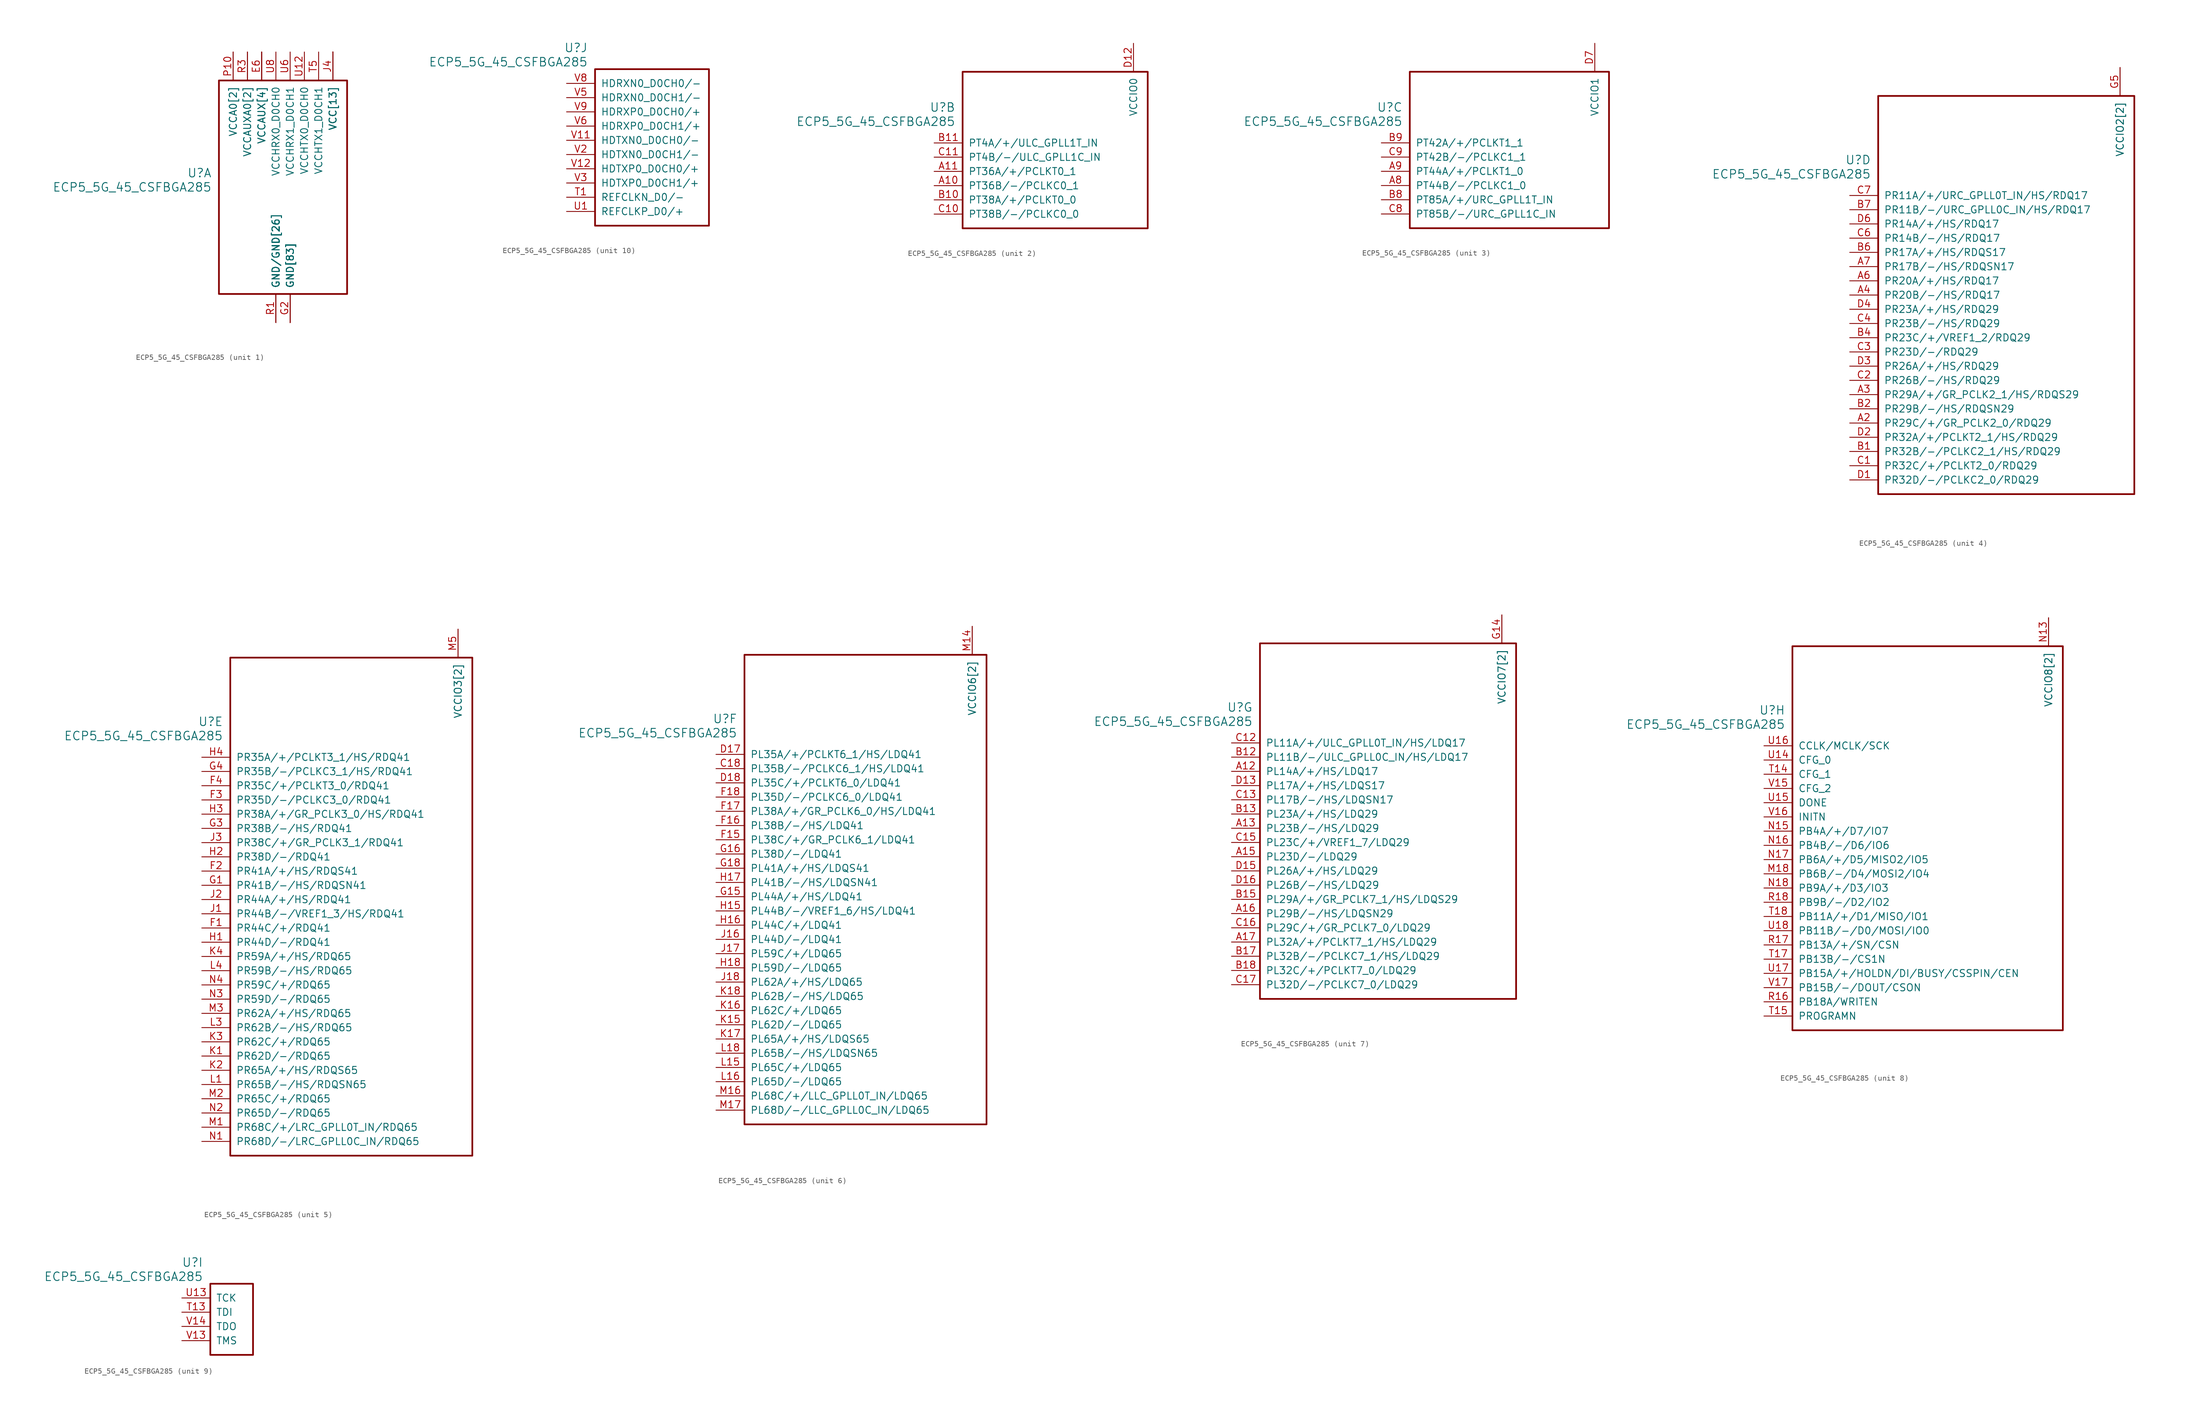
<source format=kicad_sym>
(kicad_symbol_lib
  (version 20241209)
  (generator "kicad_symbol_editor")
  (generator_version "9.0")
  (symbol "ECP5_5G_45_CSFBGA285"
    (pin_names
      (offset 1.016))
    (property "Reference" "U"
      (at 3.81 6.35 0)
      (effects (font (size 1.524 1.524)) (justify right)))
    (property "Value" "ECP5_5G_45_CSFBGA285"
      (at 3.81 3.81 0)
      (effects (font (size 1.524 1.524)) (justify right)))
    (property "ki_locked" ""
      (at 0 0 0)
      (effects (font (size 1.27 1.27))))
    (symbol "ECP5_5G_45_CSFBGA285_1_1"
      (rectangle (start 5.08 22.86) (end 27.94 -15.24) (stroke (width 0.305) (type solid)) (fill (type none)))
      (pin power_in line (at 7.62 27.94 270) (length 5.08) (name "VCCA0[2]" (effects (font (size 1.27 1.27)))) (number "P10" (effects (font (size 1.27 1.27)))))
      (pin power_in line (at 7.62 27.94 270) (length 5.08) (name "VCCA0[2]" (effects (font (size 1.27 1.27)))) (number "R10" (effects (font (size 0 0)))))
      (pin power_in line (at 10.16 27.94 270) (length 5.08) (name "VCCAUXA0[2]" (effects (font (size 1.27 1.27)))) (number "P5" (effects (font (size 0 0)))))
      (pin power_in line (at 10.16 27.94 270) (length 5.08) (name "VCCAUXA0[2]" (effects (font (size 1.27 1.27)))) (number "R3" (effects (font (size 1.27 1.27)))))
      (pin power_in line (at 12.7 27.94 270) (length 5.08) (name "VCCAUX[4]" (effects (font (size 1.27 1.27)))) (number "E13" (effects (font (size 0 0)))))
      (pin power_in line (at 12.7 27.94 270) (length 5.08) (name "VCCAUX[4]" (effects (font (size 1.27 1.27)))) (number "E6" (effects (font (size 1.27 1.27)))))
      (pin power_in line (at 12.7 27.94 270) (length 5.08) (name "VCCAUX[4]" (effects (font (size 1.27 1.27)))) (number "N6" (effects (font (size 0 0)))))
      (pin power_in line (at 12.7 27.94 270) (length 5.08) (name "VCCAUX[4]" (effects (font (size 1.27 1.27)))) (number "P13" (effects (font (size 0 0)))))
      (pin power_in line (at 15.24 27.94 270) (length 5.08) (name "VCCHRX0_D0CH0" (effects (font (size 1.27 1.27)))) (number "U8" (effects (font (size 1.27 1.27)))))
      (pin power_in line (at 15.24 -20.32 90) (length 5.08) (name "GND/GND[26]" (effects (font (size 1.27 1.27)))) (number "P12" (effects (font (size 0 0)))))
      (pin power_in line (at 15.24 -20.32 90) (length 5.08) (name "GND/GND[26]" (effects (font (size 1.27 1.27)))) (number "P6" (effects (font (size 0 0)))))
      (pin power_in line (at 15.24 -20.32 90) (length 5.08) (name "GND/GND[26]" (effects (font (size 1.27 1.27)))) (number "P8" (effects (font (size 0 0)))))
      (pin power_in line (at 15.24 -20.32 90) (length 5.08) (name "GND/GND[26]" (effects (font (size 1.27 1.27)))) (number "R1" (effects (font (size 1.27 1.27)))))
      (pin power_in line (at 15.24 -20.32 90) (length 5.08) (name "GND/GND[26]" (effects (font (size 1.27 1.27)))) (number "R2" (effects (font (size 0 0)))))
      (pin power_in line (at 15.24 -20.32 90) (length 5.08) (name "GND/GND[26]" (effects (font (size 1.27 1.27)))) (number "T10" (effects (font (size 0 0)))))
      (pin power_in line (at 15.24 -20.32 90) (length 5.08) (name "GND/GND[26]" (effects (font (size 1.27 1.27)))) (number "T11" (effects (font (size 0 0)))))
      (pin power_in line (at 15.24 -20.32 90) (length 5.08) (name "GND/GND[26]" (effects (font (size 1.27 1.27)))) (number "T12" (effects (font (size 0 0)))))
      (pin power_in line (at 15.24 -20.32 90) (length 5.08) (name "GND/GND[26]" (effects (font (size 1.27 1.27)))) (number "T2" (effects (font (size 0 0)))))
      (pin power_in line (at 15.24 -20.32 90) (length 5.08) (name "GND/GND[26]" (effects (font (size 1.27 1.27)))) (number "T3" (effects (font (size 0 0)))))
      (pin power_in line (at 15.24 -20.32 90) (length 5.08) (name "GND/GND[26]" (effects (font (size 1.27 1.27)))) (number "T4" (effects (font (size 0 0)))))
      (pin power_in line (at 15.24 -20.32 90) (length 5.08) (name "GND/GND[26]" (effects (font (size 1.27 1.27)))) (number "T6" (effects (font (size 0 0)))))
      (pin power_in line (at 15.24 -20.32 90) (length 5.08) (name "GND/GND[26]" (effects (font (size 1.27 1.27)))) (number "T7" (effects (font (size 0 0)))))
      (pin power_in line (at 15.24 -20.32 90) (length 5.08) (name "GND/GND[26]" (effects (font (size 1.27 1.27)))) (number "T8" (effects (font (size 0 0)))))
      (pin power_in line (at 15.24 -20.32 90) (length 5.08) (name "GND/GND[26]" (effects (font (size 1.27 1.27)))) (number "T9" (effects (font (size 0 0)))))
      (pin power_in line (at 15.24 -20.32 90) (length 5.08) (name "GND/GND[26]" (effects (font (size 1.27 1.27)))) (number "U10" (effects (font (size 0 0)))))
      (pin power_in line (at 15.24 -20.32 90) (length 5.08) (name "GND/GND[26]" (effects (font (size 1.27 1.27)))) (number "U11" (effects (font (size 0 0)))))
      (pin power_in line (at 15.24 -20.32 90) (length 5.08) (name "GND/GND[26]" (effects (font (size 1.27 1.27)))) (number "U2" (effects (font (size 0 0)))))
      (pin power_in line (at 15.24 -20.32 90) (length 5.08) (name "GND/GND[26]" (effects (font (size 1.27 1.27)))) (number "U3" (effects (font (size 0 0)))))
      (pin power_in line (at 15.24 -20.32 90) (length 5.08) (name "GND/GND[26]" (effects (font (size 1.27 1.27)))) (number "U4" (effects (font (size 0 0)))))
      (pin power_in line (at 15.24 -20.32 90) (length 5.08) (name "GND/GND[26]" (effects (font (size 1.27 1.27)))) (number "U5" (effects (font (size 0 0)))))
      (pin power_in line (at 15.24 -20.32 90) (length 5.08) (name "GND/GND[26]" (effects (font (size 1.27 1.27)))) (number "U7" (effects (font (size 0 0)))))
      (pin power_in line (at 15.24 -20.32 90) (length 5.08) (name "GND/GND[26]" (effects (font (size 1.27 1.27)))) (number "U9" (effects (font (size 0 0)))))
      (pin power_in line (at 15.24 -20.32 90) (length 5.08) (name "GND/GND[26]" (effects (font (size 1.27 1.27)))) (number "V10" (effects (font (size 0 0)))))
      (pin power_in line (at 15.24 -20.32 90) (length 5.08) (name "GND/GND[26]" (effects (font (size 1.27 1.27)))) (number "V4" (effects (font (size 0 0)))))
      (pin power_in line (at 15.24 -20.32 90) (length 5.08) (name "GND/GND[26]" (effects (font (size 1.27 1.27)))) (number "V7" (effects (font (size 0 0)))))
      (pin power_in line (at 17.78 27.94 270) (length 5.08) (name "VCCHRX1_D0CH1" (effects (font (size 1.27 1.27)))) (number "U6" (effects (font (size 1.27 1.27)))))
      (pin power_in line (at 17.78 -20.32 90) (length 5.08) (name "GND[83]" (effects (font (size 1.27 1.27)))) (number "B16" (effects (font (size 0 0)))))
      (pin power_in line (at 17.78 -20.32 90) (length 5.08) (name "GND[83]" (effects (font (size 1.27 1.27)))) (number "B3" (effects (font (size 0 0)))))
      (pin power_in line (at 17.78 -20.32 90) (length 5.08) (name "GND[83]" (effects (font (size 1.27 1.27)))) (number "E10" (effects (font (size 0 0)))))
      (pin power_in line (at 17.78 -20.32 90) (length 5.08) (name "GND[83]" (effects (font (size 1.27 1.27)))) (number "E11" (effects (font (size 0 0)))))
      (pin power_in line (at 17.78 -20.32 90) (length 5.08) (name "GND[83]" (effects (font (size 1.27 1.27)))) (number "E12" (effects (font (size 0 0)))))
      (pin power_in line (at 17.78 -20.32 90) (length 5.08) (name "GND[83]" (effects (font (size 1.27 1.27)))) (number "E14" (effects (font (size 0 0)))))
      (pin power_in line (at 17.78 -20.32 90) (length 5.08) (name "GND[83]" (effects (font (size 1.27 1.27)))) (number "E5" (effects (font (size 0 0)))))
      (pin power_in line (at 17.78 -20.32 90) (length 5.08) (name "GND[83]" (effects (font (size 1.27 1.27)))) (number "E7" (effects (font (size 0 0)))))
      (pin power_in line (at 17.78 -20.32 90) (length 5.08) (name "GND[83]" (effects (font (size 1.27 1.27)))) (number "E8" (effects (font (size 0 0)))))
      (pin power_in line (at 17.78 -20.32 90) (length 5.08) (name "GND[83]" (effects (font (size 1.27 1.27)))) (number "E9" (effects (font (size 0 0)))))
      (pin power_in line (at 17.78 -20.32 90) (length 5.08) (name "GND[83]" (effects (font (size 1.27 1.27)))) (number "F10" (effects (font (size 0 0)))))
      (pin power_in line (at 17.78 -20.32 90) (length 5.08) (name "GND[83]" (effects (font (size 1.27 1.27)))) (number "F11" (effects (font (size 0 0)))))
      (pin power_in line (at 17.78 -20.32 90) (length 5.08) (name "GND[83]" (effects (font (size 1.27 1.27)))) (number "F12" (effects (font (size 0 0)))))
      (pin power_in line (at 17.78 -20.32 90) (length 5.08) (name "GND[83]" (effects (font (size 1.27 1.27)))) (number "F13" (effects (font (size 0 0)))))
      (pin power_in line (at 17.78 -20.32 90) (length 5.08) (name "GND[83]" (effects (font (size 1.27 1.27)))) (number "F14" (effects (font (size 0 0)))))
      (pin power_in line (at 17.78 -20.32 90) (length 5.08) (name "GND[83]" (effects (font (size 1.27 1.27)))) (number "F5" (effects (font (size 0 0)))))
      (pin power_in line (at 17.78 -20.32 90) (length 5.08) (name "GND[83]" (effects (font (size 1.27 1.27)))) (number "F6" (effects (font (size 0 0)))))
      (pin power_in line (at 17.78 -20.32 90) (length 5.08) (name "GND[83]" (effects (font (size 1.27 1.27)))) (number "F7" (effects (font (size 0 0)))))
      (pin power_in line (at 17.78 -20.32 90) (length 5.08) (name "GND[83]" (effects (font (size 1.27 1.27)))) (number "F8" (effects (font (size 0 0)))))
      (pin power_in line (at 17.78 -20.32 90) (length 5.08) (name "GND[83]" (effects (font (size 1.27 1.27)))) (number "F9" (effects (font (size 0 0)))))
      (pin power_in line (at 17.78 -20.32 90) (length 5.08) (name "GND[83]" (effects (font (size 1.27 1.27)))) (number "G10" (effects (font (size 0 0)))))
      (pin power_in line (at 17.78 -20.32 90) (length 5.08) (name "GND[83]" (effects (font (size 1.27 1.27)))) (number "G11" (effects (font (size 0 0)))))
      (pin power_in line (at 17.78 -20.32 90) (length 5.08) (name "GND[83]" (effects (font (size 1.27 1.27)))) (number "G12" (effects (font (size 0 0)))))
      (pin power_in line (at 17.78 -20.32 90) (length 5.08) (name "GND[83]" (effects (font (size 1.27 1.27)))) (number "G13" (effects (font (size 0 0)))))
      (pin power_in line (at 17.78 -20.32 90) (length 5.08) (name "GND[83]" (effects (font (size 1.27 1.27)))) (number "G17" (effects (font (size 0 0)))))
      (pin power_in line (at 17.78 -20.32 90) (length 5.08) (name "GND[83]" (effects (font (size 1.27 1.27)))) (number "G2" (effects (font (size 1.27 1.27)))))
      (pin power_in line (at 17.78 -20.32 90) (length 5.08) (name "GND[83]" (effects (font (size 1.27 1.27)))) (number "G6" (effects (font (size 0 0)))))
      (pin power_in line (at 17.78 -20.32 90) (length 5.08) (name "GND[83]" (effects (font (size 1.27 1.27)))) (number "G7" (effects (font (size 0 0)))))
      (pin power_in line (at 17.78 -20.32 90) (length 5.08) (name "GND[83]" (effects (font (size 1.27 1.27)))) (number "G8" (effects (font (size 0 0)))))
      (pin power_in line (at 17.78 -20.32 90) (length 5.08) (name "GND[83]" (effects (font (size 1.27 1.27)))) (number "G9" (effects (font (size 0 0)))))
      (pin power_in line (at 17.78 -20.32 90) (length 5.08) (name "GND[83]" (effects (font (size 1.27 1.27)))) (number "H10" (effects (font (size 0 0)))))
      (pin power_in line (at 17.78 -20.32 90) (length 5.08) (name "GND[83]" (effects (font (size 1.27 1.27)))) (number "H11" (effects (font (size 0 0)))))
      (pin power_in line (at 17.78 -20.32 90) (length 5.08) (name "GND[83]" (effects (font (size 1.27 1.27)))) (number "H12" (effects (font (size 0 0)))))
      (pin power_in line (at 17.78 -20.32 90) (length 5.08) (name "GND[83]" (effects (font (size 1.27 1.27)))) (number "H13" (effects (font (size 0 0)))))
      (pin power_in line (at 17.78 -20.32 90) (length 5.08) (name "GND[83]" (effects (font (size 1.27 1.27)))) (number "H6" (effects (font (size 0 0)))))
      (pin power_in line (at 17.78 -20.32 90) (length 5.08) (name "GND[83]" (effects (font (size 1.27 1.27)))) (number "H7" (effects (font (size 0 0)))))
      (pin power_in line (at 17.78 -20.32 90) (length 5.08) (name "GND[83]" (effects (font (size 1.27 1.27)))) (number "H8" (effects (font (size 0 0)))))
      (pin power_in line (at 17.78 -20.32 90) (length 5.08) (name "GND[83]" (effects (font (size 1.27 1.27)))) (number "H9" (effects (font (size 0 0)))))
      (pin power_in line (at 17.78 -20.32 90) (length 5.08) (name "GND[83]" (effects (font (size 1.27 1.27)))) (number "J10" (effects (font (size 0 0)))))
      (pin power_in line (at 17.78 -20.32 90) (length 5.08) (name "GND[83]" (effects (font (size 1.27 1.27)))) (number "J11" (effects (font (size 0 0)))))
      (pin power_in line (at 17.78 -20.32 90) (length 5.08) (name "GND[83]" (effects (font (size 1.27 1.27)))) (number "J12" (effects (font (size 0 0)))))
      (pin power_in line (at 17.78 -20.32 90) (length 5.08) (name "GND[83]" (effects (font (size 1.27 1.27)))) (number "J13" (effects (font (size 0 0)))))
      (pin power_in line (at 17.78 -20.32 90) (length 5.08) (name "GND[83]" (effects (font (size 1.27 1.27)))) (number "J6" (effects (font (size 0 0)))))
      (pin power_in line (at 17.78 -20.32 90) (length 5.08) (name "GND[83]" (effects (font (size 1.27 1.27)))) (number "J7" (effects (font (size 0 0)))))
      (pin power_in line (at 17.78 -20.32 90) (length 5.08) (name "GND[83]" (effects (font (size 1.27 1.27)))) (number "J8" (effects (font (size 0 0)))))
      (pin power_in line (at 17.78 -20.32 90) (length 5.08) (name "GND[83]" (effects (font (size 1.27 1.27)))) (number "J9" (effects (font (size 0 0)))))
      (pin power_in line (at 17.78 -20.32 90) (length 5.08) (name "GND[83]" (effects (font (size 1.27 1.27)))) (number "K10" (effects (font (size 0 0)))))
      (pin power_in line (at 17.78 -20.32 90) (length 5.08) (name "GND[83]" (effects (font (size 1.27 1.27)))) (number "K11" (effects (font (size 0 0)))))
      (pin power_in line (at 17.78 -20.32 90) (length 5.08) (name "GND[83]" (effects (font (size 1.27 1.27)))) (number "K12" (effects (font (size 0 0)))))
      (pin power_in line (at 17.78 -20.32 90) (length 5.08) (name "GND[83]" (effects (font (size 1.27 1.27)))) (number "K13" (effects (font (size 0 0)))))
      (pin power_in line (at 17.78 -20.32 90) (length 5.08) (name "GND[83]" (effects (font (size 1.27 1.27)))) (number "K14" (effects (font (size 0 0)))))
      (pin power_in line (at 17.78 -20.32 90) (length 5.08) (name "GND[83]" (effects (font (size 1.27 1.27)))) (number "K5" (effects (font (size 0 0)))))
      (pin power_in line (at 17.78 -20.32 90) (length 5.08) (name "GND[83]" (effects (font (size 1.27 1.27)))) (number "K6" (effects (font (size 0 0)))))
      (pin power_in line (at 17.78 -20.32 90) (length 5.08) (name "GND[83]" (effects (font (size 1.27 1.27)))) (number "K7" (effects (font (size 0 0)))))
      (pin power_in line (at 17.78 -20.32 90) (length 5.08) (name "GND[83]" (effects (font (size 1.27 1.27)))) (number "K8" (effects (font (size 0 0)))))
      (pin power_in line (at 17.78 -20.32 90) (length 5.08) (name "GND[83]" (effects (font (size 1.27 1.27)))) (number "K9" (effects (font (size 0 0)))))
      (pin power_in line (at 17.78 -20.32 90) (length 5.08) (name "GND[83]" (effects (font (size 1.27 1.27)))) (number "L10" (effects (font (size 0 0)))))
      (pin power_in line (at 17.78 -20.32 90) (length 5.08) (name "GND[83]" (effects (font (size 1.27 1.27)))) (number "L11" (effects (font (size 0 0)))))
      (pin power_in line (at 17.78 -20.32 90) (length 5.08) (name "GND[83]" (effects (font (size 1.27 1.27)))) (number "L12" (effects (font (size 0 0)))))
      (pin power_in line (at 17.78 -20.32 90) (length 5.08) (name "GND[83]" (effects (font (size 1.27 1.27)))) (number "L13" (effects (font (size 0 0)))))
      (pin power_in line (at 17.78 -20.32 90) (length 5.08) (name "GND[83]" (effects (font (size 1.27 1.27)))) (number "L14" (effects (font (size 0 0)))))
      (pin power_in line (at 17.78 -20.32 90) (length 5.08) (name "GND[83]" (effects (font (size 1.27 1.27)))) (number "L17" (effects (font (size 0 0)))))
      (pin power_in line (at 17.78 -20.32 90) (length 5.08) (name "GND[83]" (effects (font (size 1.27 1.27)))) (number "L2" (effects (font (size 0 0)))))
      (pin power_in line (at 17.78 -20.32 90) (length 5.08) (name "GND[83]" (effects (font (size 1.27 1.27)))) (number "L5" (effects (font (size 0 0)))))
      (pin power_in line (at 17.78 -20.32 90) (length 5.08) (name "GND[83]" (effects (font (size 1.27 1.27)))) (number "L6" (effects (font (size 0 0)))))
      (pin power_in line (at 17.78 -20.32 90) (length 5.08) (name "GND[83]" (effects (font (size 1.27 1.27)))) (number "L7" (effects (font (size 0 0)))))
      (pin power_in line (at 17.78 -20.32 90) (length 5.08) (name "GND[83]" (effects (font (size 1.27 1.27)))) (number "L8" (effects (font (size 0 0)))))
      (pin power_in line (at 17.78 -20.32 90) (length 5.08) (name "GND[83]" (effects (font (size 1.27 1.27)))) (number "L9" (effects (font (size 0 0)))))
      (pin power_in line (at 17.78 -20.32 90) (length 5.08) (name "GND[83]" (effects (font (size 1.27 1.27)))) (number "M10" (effects (font (size 0 0)))))
      (pin power_in line (at 17.78 -20.32 90) (length 5.08) (name "GND[83]" (effects (font (size 1.27 1.27)))) (number "M11" (effects (font (size 0 0)))))
      (pin power_in line (at 17.78 -20.32 90) (length 5.08) (name "GND[83]" (effects (font (size 1.27 1.27)))) (number "M12" (effects (font (size 0 0)))))
      (pin power_in line (at 17.78 -20.32 90) (length 5.08) (name "GND[83]" (effects (font (size 1.27 1.27)))) (number "M13" (effects (font (size 0 0)))))
      (pin power_in line (at 17.78 -20.32 90) (length 5.08) (name "GND[83]" (effects (font (size 1.27 1.27)))) (number "M6" (effects (font (size 0 0)))))
      (pin power_in line (at 17.78 -20.32 90) (length 5.08) (name "GND[83]" (effects (font (size 1.27 1.27)))) (number "M7" (effects (font (size 0 0)))))
      (pin power_in line (at 17.78 -20.32 90) (length 5.08) (name "GND[83]" (effects (font (size 1.27 1.27)))) (number "M8" (effects (font (size 0 0)))))
      (pin power_in line (at 17.78 -20.32 90) (length 5.08) (name "GND[83]" (effects (font (size 1.27 1.27)))) (number "M9" (effects (font (size 0 0)))))
      (pin power_in line (at 17.78 -20.32 90) (length 5.08) (name "GND[83]" (effects (font (size 1.27 1.27)))) (number "N10" (effects (font (size 0 0)))))
      (pin power_in line (at 17.78 -20.32 90) (length 5.08) (name "GND[83]" (effects (font (size 1.27 1.27)))) (number "N11" (effects (font (size 0 0)))))
      (pin power_in line (at 17.78 -20.32 90) (length 5.08) (name "GND[83]" (effects (font (size 1.27 1.27)))) (number "N12" (effects (font (size 0 0)))))
      (pin power_in line (at 17.78 -20.32 90) (length 5.08) (name "GND[83]" (effects (font (size 1.27 1.27)))) (number "N7" (effects (font (size 0 0)))))
      (pin power_in line (at 17.78 -20.32 90) (length 5.08) (name "GND[83]" (effects (font (size 1.27 1.27)))) (number "N8" (effects (font (size 0 0)))))
      (pin power_in line (at 17.78 -20.32 90) (length 5.08) (name "GND[83]" (effects (font (size 1.27 1.27)))) (number "N9" (effects (font (size 0 0)))))
      (pin power_in line (at 17.78 -20.32 90) (length 5.08) (name "GND[83]" (effects (font (size 1.27 1.27)))) (number "T16" (effects (font (size 0 0)))))
      (pin power_in line (at 20.32 27.94 270) (length 5.08) (name "VCCHTX0_D0CH0" (effects (font (size 1.27 1.27)))) (number "U12" (effects (font (size 1.27 1.27)))))
      (pin power_in line (at 22.86 27.94 270) (length 5.08) (name "VCCHTX1_D0CH1" (effects (font (size 1.27 1.27)))) (number "T5" (effects (font (size 1.27 1.27)))))
      (pin power_in line (at 25.4 27.94 270) (length 5.08) (name "VCC[13]" (effects (font (size 1.27 1.27)))) (number "D10" (effects (font (size 0 0)))))
      (pin power_in line (at 25.4 27.94 270) (length 5.08) (name "VCC[13]" (effects (font (size 1.27 1.27)))) (number "D11" (effects (font (size 0 0)))))
      (pin power_in line (at 25.4 27.94 270) (length 5.08) (name "VCC[13]" (effects (font (size 1.27 1.27)))) (number "D8" (effects (font (size 0 0)))))
      (pin power_in line (at 25.4 27.94 270) (length 5.08) (name "VCC[13]" (effects (font (size 1.27 1.27)))) (number "D9" (effects (font (size 0 0)))))
      (pin power_in line (at 25.4 27.94 270) (length 5.08) (name "VCC[13]" (effects (font (size 1.27 1.27)))) (number "J14" (effects (font (size 0 0)))))
      (pin power_in line (at 25.4 27.94 270) (length 5.08) (name "VCC[13]" (effects (font (size 1.27 1.27)))) (number "J15" (effects (font (size 0 0)))))
      (pin power_in line (at 25.4 27.94 270) (length 5.08) (name "VCC[13]" (effects (font (size 1.27 1.27)))) (number "J4" (effects (font (size 1.27 1.27)))))
      (pin power_in line (at 25.4 27.94 270) (length 5.08) (name "VCC[13]" (effects (font (size 1.27 1.27)))) (number "J5" (effects (font (size 0 0)))))
      (pin power_in line (at 25.4 27.94 270) (length 5.08) (name "VCC[13]" (effects (font (size 1.27 1.27)))) (number "M15" (effects (font (size 0 0)))))
      (pin power_in line (at 25.4 27.94 270) (length 5.08) (name "VCC[13]" (effects (font (size 1.27 1.27)))) (number "M4" (effects (font (size 0 0)))))
      (pin power_in line (at 25.4 27.94 270) (length 5.08) (name "VCC[13]" (effects (font (size 1.27 1.27)))) (number "P11" (effects (font (size 0 0)))))
      (pin power_in line (at 25.4 27.94 270) (length 5.08) (name "VCC[13]" (effects (font (size 1.27 1.27)))) (number "P7" (effects (font (size 0 0)))))
      (pin power_in line (at 25.4 27.94 270) (length 5.08) (name "VCC[13]" (effects (font (size 1.27 1.27)))) (number "P9" (effects (font (size 0 0))))))
    (symbol "ECP5_5G_45_CSFBGA285_2_1"
      (rectangle (start 5.08 12.7) (end 38.1 -15.24) (stroke (width 0.305) (type solid)) (fill (type none)))
      (pin bidirectional line (at 0 0 0) (length 5.08) (name "PT4A/+/ULC_GPLL1T_IN" (effects (font (size 1.27 1.27)))) (number "B11" (effects (font (size 1.27 1.27)))))
      (pin bidirectional line (at 0 -2.54 0) (length 5.08) (name "PT4B/-/ULC_GPLL1C_IN" (effects (font (size 1.27 1.27)))) (number "C11" (effects (font (size 1.27 1.27)))))
      (pin bidirectional line (at 0 -5.08 0) (length 5.08) (name "PT36A/+/PCLKT0_1" (effects (font (size 1.27 1.27)))) (number "A11" (effects (font (size 1.27 1.27)))))
      (pin bidirectional line (at 0 -7.62 0) (length 5.08) (name "PT36B/-/PCLKC0_1" (effects (font (size 1.27 1.27)))) (number "A10" (effects (font (size 1.27 1.27)))))
      (pin bidirectional line (at 0 -10.16 0) (length 5.08) (name "PT38A/+/PCLKT0_0" (effects (font (size 1.27 1.27)))) (number "B10" (effects (font (size 1.27 1.27)))))
      (pin bidirectional line (at 0 -12.7 0) (length 5.08) (name "PT38B/-/PCLKC0_0" (effects (font (size 1.27 1.27)))) (number "C10" (effects (font (size 1.27 1.27)))))
      (pin power_in line (at 35.56 17.78 270) (length 5.08) (name "VCCIO0" (effects (font (size 1.27 1.27)))) (number "D12" (effects (font (size 1.27 1.27))))))
    (symbol "ECP5_5G_45_CSFBGA285_3_1"
      (rectangle (start 5.08 12.7) (end 40.64 -15.24) (stroke (width 0.305) (type solid)) (fill (type none)))
      (pin bidirectional line (at 0 0 0) (length 5.08) (name "PT42A/+/PCLKT1_1" (effects (font (size 1.27 1.27)))) (number "B9" (effects (font (size 1.27 1.27)))))
      (pin bidirectional line (at 0 -2.54 0) (length 5.08) (name "PT42B/-/PCLKC1_1" (effects (font (size 1.27 1.27)))) (number "C9" (effects (font (size 1.27 1.27)))))
      (pin bidirectional line (at 0 -5.08 0) (length 5.08) (name "PT44A/+/PCLKT1_0" (effects (font (size 1.27 1.27)))) (number "A9" (effects (font (size 1.27 1.27)))))
      (pin bidirectional line (at 0 -7.62 0) (length 5.08) (name "PT44B/-/PCLKC1_0" (effects (font (size 1.27 1.27)))) (number "A8" (effects (font (size 1.27 1.27)))))
      (pin bidirectional line (at 0 -10.16 0) (length 5.08) (name "PT85A/+/URC_GPLL1T_IN" (effects (font (size 1.27 1.27)))) (number "B8" (effects (font (size 1.27 1.27)))))
      (pin bidirectional line (at 0 -12.7 0) (length 5.08) (name "PT85B/-/URC_GPLL1C_IN" (effects (font (size 1.27 1.27)))) (number "C8" (effects (font (size 1.27 1.27)))))
      (pin power_in line (at 38.1 17.78 270) (length 5.08) (name "VCCIO1" (effects (font (size 1.27 1.27)))) (number "D7" (effects (font (size 1.27 1.27))))))
    (symbol "ECP5_5G_45_CSFBGA285_4_1"
      (rectangle (start 5.08 17.78) (end 50.8 -53.34) (stroke (width 0.305) (type solid)) (fill (type none)))
      (pin bidirectional line (at 0 0 0) (length 5.08) (name "PR11A/+/URC_GPLL0T_IN/HS/RDQ17" (effects (font (size 1.27 1.27)))) (number "C7" (effects (font (size 1.27 1.27)))))
      (pin bidirectional line (at 0 -2.54 0) (length 5.08) (name "PR11B/-/URC_GPLL0C_IN/HS/RDQ17" (effects (font (size 1.27 1.27)))) (number "B7" (effects (font (size 1.27 1.27)))))
      (pin bidirectional line (at 0 -5.08 0) (length 5.08) (name "PR14A/+/HS/RDQ17" (effects (font (size 1.27 1.27)))) (number "D6" (effects (font (size 1.27 1.27)))))
      (pin bidirectional line (at 0 -7.62 0) (length 5.08) (name "PR14B/-/HS/RDQ17" (effects (font (size 1.27 1.27)))) (number "C6" (effects (font (size 1.27 1.27)))))
      (pin bidirectional line (at 0 -10.16 0) (length 5.08) (name "PR17A/+/HS/RDQS17" (effects (font (size 1.27 1.27)))) (number "B6" (effects (font (size 1.27 1.27)))))
      (pin bidirectional line (at 0 -12.7 0) (length 5.08) (name "PR17B/-/HS/RDQSN17" (effects (font (size 1.27 1.27)))) (number "A7" (effects (font (size 1.27 1.27)))))
      (pin bidirectional line (at 0 -15.24 0) (length 5.08) (name "PR20A/+/HS/RDQ17" (effects (font (size 1.27 1.27)))) (number "A6" (effects (font (size 1.27 1.27)))))
      (pin bidirectional line (at 0 -17.78 0) (length 5.08) (name "PR20B/-/HS/RDQ17" (effects (font (size 1.27 1.27)))) (number "A4" (effects (font (size 1.27 1.27)))))
      (pin bidirectional line (at 0 -20.32 0) (length 5.08) (name "PR23A/+/HS/RDQ29" (effects (font (size 1.27 1.27)))) (number "D4" (effects (font (size 1.27 1.27)))))
      (pin bidirectional line (at 0 -22.86 0) (length 5.08) (name "PR23B/-/HS/RDQ29" (effects (font (size 1.27 1.27)))) (number "C4" (effects (font (size 1.27 1.27)))))
      (pin bidirectional line (at 0 -25.4 0) (length 5.08) (name "PR23C/+/VREF1_2/RDQ29" (effects (font (size 1.27 1.27)))) (number "B4" (effects (font (size 1.27 1.27)))))
      (pin bidirectional line (at 0 -27.94 0) (length 5.08) (name "PR23D/-/RDQ29" (effects (font (size 1.27 1.27)))) (number "C3" (effects (font (size 1.27 1.27)))))
      (pin bidirectional line (at 0 -30.48 0) (length 5.08) (name "PR26A/+/HS/RDQ29" (effects (font (size 1.27 1.27)))) (number "D3" (effects (font (size 1.27 1.27)))))
      (pin bidirectional line (at 0 -33.02 0) (length 5.08) (name "PR26B/-/HS/RDQ29" (effects (font (size 1.27 1.27)))) (number "C2" (effects (font (size 1.27 1.27)))))
      (pin bidirectional line (at 0 -35.56 0) (length 5.08) (name "PR29A/+/GR_PCLK2_1/HS/RDQS29" (effects (font (size 1.27 1.27)))) (number "A3" (effects (font (size 1.27 1.27)))))
      (pin bidirectional line (at 0 -38.1 0) (length 5.08) (name "PR29B/-/HS/RDQSN29" (effects (font (size 1.27 1.27)))) (number "B2" (effects (font (size 1.27 1.27)))))
      (pin bidirectional line (at 0 -40.64 0) (length 5.08) (name "PR29C/+/GR_PCLK2_0/RDQ29" (effects (font (size 1.27 1.27)))) (number "A2" (effects (font (size 1.27 1.27)))))
      (pin bidirectional line (at 0 -43.18 0) (length 5.08) (name "PR32A/+/PCLKT2_1/HS/RDQ29" (effects (font (size 1.27 1.27)))) (number "D2" (effects (font (size 1.27 1.27)))))
      (pin bidirectional line (at 0 -45.72 0) (length 5.08) (name "PR32B/-/PCLKC2_1/HS/RDQ29" (effects (font (size 1.27 1.27)))) (number "B1" (effects (font (size 1.27 1.27)))))
      (pin bidirectional line (at 0 -48.26 0) (length 5.08) (name "PR32C/+/PCLKT2_0/RDQ29" (effects (font (size 1.27 1.27)))) (number "C1" (effects (font (size 1.27 1.27)))))
      (pin bidirectional line (at 0 -50.8 0) (length 5.08) (name "PR32D/-/PCLKC2_0/RDQ29" (effects (font (size 1.27 1.27)))) (number "D1" (effects (font (size 1.27 1.27)))))
      (pin power_in line (at 48.26 22.86 270) (length 5.08) (name "VCCIO2[2]" (effects (font (size 1.27 1.27)))) (number "G5" (effects (font (size 1.27 1.27)))))
      (pin power_in line (at 48.26 22.86 270) (length 5.08) (name "VCCIO2[2]" (effects (font (size 1.27 1.27)))) (number "H5" (effects (font (size 0 0))))))
    (symbol "ECP5_5G_45_CSFBGA285_5_1"
      (rectangle (start 5.08 17.78) (end 48.26 -71.12) (stroke (width 0.305) (type solid)) (fill (type none)))
      (pin bidirectional line (at 0 0 0) (length 5.08) (name "PR35A/+/PCLKT3_1/HS/RDQ41" (effects (font (size 1.27 1.27)))) (number "H4" (effects (font (size 1.27 1.27)))))
      (pin bidirectional line (at 0 -2.54 0) (length 5.08) (name "PR35B/-/PCLKC3_1/HS/RDQ41" (effects (font (size 1.27 1.27)))) (number "G4" (effects (font (size 1.27 1.27)))))
      (pin bidirectional line (at 0 -5.08 0) (length 5.08) (name "PR35C/+/PCLKT3_0/RDQ41" (effects (font (size 1.27 1.27)))) (number "F4" (effects (font (size 1.27 1.27)))))
      (pin bidirectional line (at 0 -7.62 0) (length 5.08) (name "PR35D/-/PCLKC3_0/RDQ41" (effects (font (size 1.27 1.27)))) (number "F3" (effects (font (size 1.27 1.27)))))
      (pin bidirectional line (at 0 -10.16 0) (length 5.08) (name "PR38A/+/GR_PCLK3_0/HS/RDQ41" (effects (font (size 1.27 1.27)))) (number "H3" (effects (font (size 1.27 1.27)))))
      (pin bidirectional line (at 0 -12.7 0) (length 5.08) (name "PR38B/-/HS/RDQ41" (effects (font (size 1.27 1.27)))) (number "G3" (effects (font (size 1.27 1.27)))))
      (pin bidirectional line (at 0 -15.24 0) (length 5.08) (name "PR38C/+/GR_PCLK3_1/RDQ41" (effects (font (size 1.27 1.27)))) (number "J3" (effects (font (size 1.27 1.27)))))
      (pin bidirectional line (at 0 -17.78 0) (length 5.08) (name "PR38D/-/RDQ41" (effects (font (size 1.27 1.27)))) (number "H2" (effects (font (size 1.27 1.27)))))
      (pin bidirectional line (at 0 -20.32 0) (length 5.08) (name "PR41A/+/HS/RDQS41" (effects (font (size 1.27 1.27)))) (number "F2" (effects (font (size 1.27 1.27)))))
      (pin bidirectional line (at 0 -22.86 0) (length 5.08) (name "PR41B/-/HS/RDQSN41" (effects (font (size 1.27 1.27)))) (number "G1" (effects (font (size 1.27 1.27)))))
      (pin bidirectional line (at 0 -25.4 0) (length 5.08) (name "PR44A/+/HS/RDQ41" (effects (font (size 1.27 1.27)))) (number "J2" (effects (font (size 1.27 1.27)))))
      (pin bidirectional line (at 0 -27.94 0) (length 5.08) (name "PR44B/-/VREF1_3/HS/RDQ41" (effects (font (size 1.27 1.27)))) (number "J1" (effects (font (size 1.27 1.27)))))
      (pin bidirectional line (at 0 -30.48 0) (length 5.08) (name "PR44C/+/RDQ41" (effects (font (size 1.27 1.27)))) (number "F1" (effects (font (size 1.27 1.27)))))
      (pin bidirectional line (at 0 -33.02 0) (length 5.08) (name "PR44D/-/RDQ41" (effects (font (size 1.27 1.27)))) (number "H1" (effects (font (size 1.27 1.27)))))
      (pin bidirectional line (at 0 -35.56 0) (length 5.08) (name "PR59A/+/HS/RDQ65" (effects (font (size 1.27 1.27)))) (number "K4" (effects (font (size 1.27 1.27)))))
      (pin bidirectional line (at 0 -38.1 0) (length 5.08) (name "PR59B/-/HS/RDQ65" (effects (font (size 1.27 1.27)))) (number "L4" (effects (font (size 1.27 1.27)))))
      (pin bidirectional line (at 0 -40.64 0) (length 5.08) (name "PR59C/+/RDQ65" (effects (font (size 1.27 1.27)))) (number "N4" (effects (font (size 1.27 1.27)))))
      (pin bidirectional line (at 0 -43.18 0) (length 5.08) (name "PR59D/-/RDQ65" (effects (font (size 1.27 1.27)))) (number "N3" (effects (font (size 1.27 1.27)))))
      (pin bidirectional line (at 0 -45.72 0) (length 5.08) (name "PR62A/+/HS/RDQ65" (effects (font (size 1.27 1.27)))) (number "M3" (effects (font (size 1.27 1.27)))))
      (pin bidirectional line (at 0 -48.26 0) (length 5.08) (name "PR62B/-/HS/RDQ65" (effects (font (size 1.27 1.27)))) (number "L3" (effects (font (size 1.27 1.27)))))
      (pin bidirectional line (at 0 -50.8 0) (length 5.08) (name "PR62C/+/RDQ65" (effects (font (size 1.27 1.27)))) (number "K3" (effects (font (size 1.27 1.27)))))
      (pin bidirectional line (at 0 -53.34 0) (length 5.08) (name "PR62D/-/RDQ65" (effects (font (size 1.27 1.27)))) (number "K1" (effects (font (size 1.27 1.27)))))
      (pin bidirectional line (at 0 -55.88 0) (length 5.08) (name "PR65A/+/HS/RDQS65" (effects (font (size 1.27 1.27)))) (number "K2" (effects (font (size 1.27 1.27)))))
      (pin bidirectional line (at 0 -58.42 0) (length 5.08) (name "PR65B/-/HS/RDQSN65" (effects (font (size 1.27 1.27)))) (number "L1" (effects (font (size 1.27 1.27)))))
      (pin bidirectional line (at 0 -60.96 0) (length 5.08) (name "PR65C/+/RDQ65" (effects (font (size 1.27 1.27)))) (number "M2" (effects (font (size 1.27 1.27)))))
      (pin bidirectional line (at 0 -63.5 0) (length 5.08) (name "PR65D/-/RDQ65" (effects (font (size 1.27 1.27)))) (number "N2" (effects (font (size 1.27 1.27)))))
      (pin bidirectional line (at 0 -66.04 0) (length 5.08) (name "PR68C/+/LRC_GPLL0T_IN/RDQ65" (effects (font (size 1.27 1.27)))) (number "M1" (effects (font (size 1.27 1.27)))))
      (pin bidirectional line (at 0 -68.58 0) (length 5.08) (name "PR68D/-/LRC_GPLL0C_IN/RDQ65" (effects (font (size 1.27 1.27)))) (number "N1" (effects (font (size 1.27 1.27)))))
      (pin power_in line (at 45.72 22.86 270) (length 5.08) (name "VCCIO3[2]" (effects (font (size 1.27 1.27)))) (number "M5" (effects (font (size 1.27 1.27)))))
      (pin power_in line (at 45.72 22.86 270) (length 5.08) (name "VCCIO3[2]" (effects (font (size 1.27 1.27)))) (number "N5" (effects (font (size 0 0))))))
    (symbol "ECP5_5G_45_CSFBGA285_6_1"
      (rectangle (start 5.08 17.78) (end 48.26 -66.04) (stroke (width 0.305) (type solid)) (fill (type none)))
      (pin bidirectional line (at 0 0 0) (length 5.08) (name "PL35A/+/PCLKT6_1/HS/LDQ41" (effects (font (size 1.27 1.27)))) (number "D17" (effects (font (size 1.27 1.27)))))
      (pin bidirectional line (at 0 -2.54 0) (length 5.08) (name "PL35B/-/PCLKC6_1/HS/LDQ41" (effects (font (size 1.27 1.27)))) (number "C18" (effects (font (size 1.27 1.27)))))
      (pin bidirectional line (at 0 -5.08 0) (length 5.08) (name "PL35C/+/PCLKT6_0/LDQ41" (effects (font (size 1.27 1.27)))) (number "D18" (effects (font (size 1.27 1.27)))))
      (pin bidirectional line (at 0 -7.62 0) (length 5.08) (name "PL35D/-/PCLKC6_0/LDQ41" (effects (font (size 1.27 1.27)))) (number "F18" (effects (font (size 1.27 1.27)))))
      (pin bidirectional line (at 0 -10.16 0) (length 5.08) (name "PL38A/+/GR_PCLK6_0/HS/LDQ41" (effects (font (size 1.27 1.27)))) (number "F17" (effects (font (size 1.27 1.27)))))
      (pin bidirectional line (at 0 -12.7 0) (length 5.08) (name "PL38B/-/HS/LDQ41" (effects (font (size 1.27 1.27)))) (number "F16" (effects (font (size 1.27 1.27)))))
      (pin bidirectional line (at 0 -15.24 0) (length 5.08) (name "PL38C/+/GR_PCLK6_1/LDQ41" (effects (font (size 1.27 1.27)))) (number "F15" (effects (font (size 1.27 1.27)))))
      (pin bidirectional line (at 0 -17.78 0) (length 5.08) (name "PL38D/-/LDQ41" (effects (font (size 1.27 1.27)))) (number "G16" (effects (font (size 1.27 1.27)))))
      (pin bidirectional line (at 0 -20.32 0) (length 5.08) (name "PL41A/+/HS/LDQS41" (effects (font (size 1.27 1.27)))) (number "G18" (effects (font (size 1.27 1.27)))))
      (pin bidirectional line (at 0 -22.86 0) (length 5.08) (name "PL41B/-/HS/LDQSN41" (effects (font (size 1.27 1.27)))) (number "H17" (effects (font (size 1.27 1.27)))))
      (pin bidirectional line (at 0 -25.4 0) (length 5.08) (name "PL44A/+/HS/LDQ41" (effects (font (size 1.27 1.27)))) (number "G15" (effects (font (size 1.27 1.27)))))
      (pin bidirectional line (at 0 -27.94 0) (length 5.08) (name "PL44B/-/VREF1_6/HS/LDQ41" (effects (font (size 1.27 1.27)))) (number "H15" (effects (font (size 1.27 1.27)))))
      (pin bidirectional line (at 0 -30.48 0) (length 5.08) (name "PL44C/+/LDQ41" (effects (font (size 1.27 1.27)))) (number "H16" (effects (font (size 1.27 1.27)))))
      (pin bidirectional line (at 0 -33.02 0) (length 5.08) (name "PL44D/-/LDQ41" (effects (font (size 1.27 1.27)))) (number "J16" (effects (font (size 1.27 1.27)))))
      (pin bidirectional line (at 0 -35.56 0) (length 5.08) (name "PL59C/+/LDQ65" (effects (font (size 1.27 1.27)))) (number "J17" (effects (font (size 1.27 1.27)))))
      (pin bidirectional line (at 0 -38.1 0) (length 5.08) (name "PL59D/-/LDQ65" (effects (font (size 1.27 1.27)))) (number "H18" (effects (font (size 1.27 1.27)))))
      (pin bidirectional line (at 0 -40.64 0) (length 5.08) (name "PL62A/+/HS/LDQ65" (effects (font (size 1.27 1.27)))) (number "J18" (effects (font (size 1.27 1.27)))))
      (pin bidirectional line (at 0 -43.18 0) (length 5.08) (name "PL62B/-/HS/LDQ65" (effects (font (size 1.27 1.27)))) (number "K18" (effects (font (size 1.27 1.27)))))
      (pin bidirectional line (at 0 -45.72 0) (length 5.08) (name "PL62C/+/LDQ65" (effects (font (size 1.27 1.27)))) (number "K16" (effects (font (size 1.27 1.27)))))
      (pin bidirectional line (at 0 -48.26 0) (length 5.08) (name "PL62D/-/LDQ65" (effects (font (size 1.27 1.27)))) (number "K15" (effects (font (size 1.27 1.27)))))
      (pin bidirectional line (at 0 -50.8 0) (length 5.08) (name "PL65A/+/HS/LDQS65" (effects (font (size 1.27 1.27)))) (number "K17" (effects (font (size 1.27 1.27)))))
      (pin bidirectional line (at 0 -53.34 0) (length 5.08) (name "PL65B/-/HS/LDQSN65" (effects (font (size 1.27 1.27)))) (number "L18" (effects (font (size 1.27 1.27)))))
      (pin bidirectional line (at 0 -55.88 0) (length 5.08) (name "PL65C/+/LDQ65" (effects (font (size 1.27 1.27)))) (number "L15" (effects (font (size 1.27 1.27)))))
      (pin bidirectional line (at 0 -58.42 0) (length 5.08) (name "PL65D/-/LDQ65" (effects (font (size 1.27 1.27)))) (number "L16" (effects (font (size 1.27 1.27)))))
      (pin bidirectional line (at 0 -60.96 0) (length 5.08) (name "PL68C/+/LLC_GPLL0T_IN/LDQ65" (effects (font (size 1.27 1.27)))) (number "M16" (effects (font (size 1.27 1.27)))))
      (pin bidirectional line (at 0 -63.5 0) (length 5.08) (name "PL68D/-/LLC_GPLL0C_IN/LDQ65" (effects (font (size 1.27 1.27)))) (number "M17" (effects (font (size 1.27 1.27)))))
      (pin power_in line (at 45.72 22.86 270) (length 5.08) (name "VCCIO6[2]" (effects (font (size 1.27 1.27)))) (number "M14" (effects (font (size 1.27 1.27)))))
      (pin power_in line (at 45.72 22.86 270) (length 5.08) (name "VCCIO6[2]" (effects (font (size 1.27 1.27)))) (number "N14" (effects (font (size 0 0))))))
    (symbol "ECP5_5G_45_CSFBGA285_7_1"
      (rectangle (start 5.08 17.78) (end 50.8 -45.72) (stroke (width 0.305) (type solid)) (fill (type none)))
      (pin bidirectional line (at 0 0 0) (length 5.08) (name "PL11A/+/ULC_GPLL0T_IN/HS/LDQ17" (effects (font (size 1.27 1.27)))) (number "C12" (effects (font (size 1.27 1.27)))))
      (pin bidirectional line (at 0 -2.54 0) (length 5.08) (name "PL11B/-/ULC_GPLL0C_IN/HS/LDQ17" (effects (font (size 1.27 1.27)))) (number "B12" (effects (font (size 1.27 1.27)))))
      (pin bidirectional line (at 0 -5.08 0) (length 5.08) (name "PL14A/+/HS/LDQ17" (effects (font (size 1.27 1.27)))) (number "A12" (effects (font (size 1.27 1.27)))))
      (pin bidirectional line (at 0 -7.62 0) (length 5.08) (name "PL17A/+/HS/LDQS17" (effects (font (size 1.27 1.27)))) (number "D13" (effects (font (size 1.27 1.27)))))
      (pin bidirectional line (at 0 -10.16 0) (length 5.08) (name "PL17B/-/HS/LDQSN17" (effects (font (size 1.27 1.27)))) (number "C13" (effects (font (size 1.27 1.27)))))
      (pin bidirectional line (at 0 -12.7 0) (length 5.08) (name "PL23A/+/HS/LDQ29" (effects (font (size 1.27 1.27)))) (number "B13" (effects (font (size 1.27 1.27)))))
      (pin bidirectional line (at 0 -15.24 0) (length 5.08) (name "PL23B/-/HS/LDQ29" (effects (font (size 1.27 1.27)))) (number "A13" (effects (font (size 1.27 1.27)))))
      (pin bidirectional line (at 0 -17.78 0) (length 5.08) (name "PL23C/+/VREF1_7/LDQ29" (effects (font (size 1.27 1.27)))) (number "C15" (effects (font (size 1.27 1.27)))))
      (pin bidirectional line (at 0 -20.32 0) (length 5.08) (name "PL23D/-/LDQ29" (effects (font (size 1.27 1.27)))) (number "A15" (effects (font (size 1.27 1.27)))))
      (pin bidirectional line (at 0 -22.86 0) (length 5.08) (name "PL26A/+/HS/LDQ29" (effects (font (size 1.27 1.27)))) (number "D15" (effects (font (size 1.27 1.27)))))
      (pin bidirectional line (at 0 -25.4 0) (length 5.08) (name "PL26B/-/HS/LDQ29" (effects (font (size 1.27 1.27)))) (number "D16" (effects (font (size 1.27 1.27)))))
      (pin bidirectional line (at 0 -27.94 0) (length 5.08) (name "PL29A/+/GR_PCLK7_1/HS/LDQS29" (effects (font (size 1.27 1.27)))) (number "B15" (effects (font (size 1.27 1.27)))))
      (pin bidirectional line (at 0 -30.48 0) (length 5.08) (name "PL29B/-/HS/LDQSN29" (effects (font (size 1.27 1.27)))) (number "A16" (effects (font (size 1.27 1.27)))))
      (pin bidirectional line (at 0 -33.02 0) (length 5.08) (name "PL29C/+/GR_PCLK7_0/LDQ29" (effects (font (size 1.27 1.27)))) (number "C16" (effects (font (size 1.27 1.27)))))
      (pin bidirectional line (at 0 -35.56 0) (length 5.08) (name "PL32A/+/PCLKT7_1/HS/LDQ29" (effects (font (size 1.27 1.27)))) (number "A17" (effects (font (size 1.27 1.27)))))
      (pin bidirectional line (at 0 -38.1 0) (length 5.08) (name "PL32B/-/PCLKC7_1/HS/LDQ29" (effects (font (size 1.27 1.27)))) (number "B17" (effects (font (size 1.27 1.27)))))
      (pin bidirectional line (at 0 -40.64 0) (length 5.08) (name "PL32C/+/PCLKT7_0/LDQ29" (effects (font (size 1.27 1.27)))) (number "B18" (effects (font (size 1.27 1.27)))))
      (pin bidirectional line (at 0 -43.18 0) (length 5.08) (name "PL32D/-/PCLKC7_0/LDQ29" (effects (font (size 1.27 1.27)))) (number "C17" (effects (font (size 1.27 1.27)))))
      (pin power_in line (at 48.26 22.86 270) (length 5.08) (name "VCCIO7[2]" (effects (font (size 1.27 1.27)))) (number "G14" (effects (font (size 1.27 1.27)))))
      (pin power_in line (at 48.26 22.86 270) (length 5.08) (name "VCCIO7[2]" (effects (font (size 1.27 1.27)))) (number "H14" (effects (font (size 0 0))))))
    (symbol "ECP5_5G_45_CSFBGA285_8_1"
      (rectangle (start 5.08 17.78) (end 53.34 -50.8) (stroke (width 0.305) (type solid)) (fill (type none)))
      (pin bidirectional line (at 0 0 0) (length 5.08) (name "CCLK/MCLK/SCK" (effects (font (size 1.27 1.27)))) (number "U16" (effects (font (size 1.27 1.27)))))
      (pin bidirectional line (at 0 -2.54 0) (length 5.08) (name "CFG_0" (effects (font (size 1.27 1.27)))) (number "U14" (effects (font (size 1.27 1.27)))))
      (pin bidirectional line (at 0 -5.08 0) (length 5.08) (name "CFG_1" (effects (font (size 1.27 1.27)))) (number "T14" (effects (font (size 1.27 1.27)))))
      (pin bidirectional line (at 0 -7.62 0) (length 5.08) (name "CFG_2" (effects (font (size 1.27 1.27)))) (number "V15" (effects (font (size 1.27 1.27)))))
      (pin bidirectional line (at 0 -10.16 0) (length 5.08) (name "DONE" (effects (font (size 1.27 1.27)))) (number "U15" (effects (font (size 1.27 1.27)))))
      (pin bidirectional line (at 0 -12.7 0) (length 5.08) (name "INITN" (effects (font (size 1.27 1.27)))) (number "V16" (effects (font (size 1.27 1.27)))))
      (pin bidirectional line (at 0 -15.24 0) (length 5.08) (name "PB4A/+/D7/IO7" (effects (font (size 1.27 1.27)))) (number "N15" (effects (font (size 1.27 1.27)))))
      (pin bidirectional line (at 0 -17.78 0) (length 5.08) (name "PB4B/-/D6/IO6" (effects (font (size 1.27 1.27)))) (number "N16" (effects (font (size 1.27 1.27)))))
      (pin bidirectional line (at 0 -20.32 0) (length 5.08) (name "PB6A/+/D5/MISO2/IO5" (effects (font (size 1.27 1.27)))) (number "N17" (effects (font (size 1.27 1.27)))))
      (pin bidirectional line (at 0 -22.86 0) (length 5.08) (name "PB6B/-/D4/MOSI2/IO4" (effects (font (size 1.27 1.27)))) (number "M18" (effects (font (size 1.27 1.27)))))
      (pin bidirectional line (at 0 -25.4 0) (length 5.08) (name "PB9A/+/D3/IO3" (effects (font (size 1.27 1.27)))) (number "N18" (effects (font (size 1.27 1.27)))))
      (pin bidirectional line (at 0 -27.94 0) (length 5.08) (name "PB9B/-/D2/IO2" (effects (font (size 1.27 1.27)))) (number "R18" (effects (font (size 1.27 1.27)))))
      (pin bidirectional line (at 0 -30.48 0) (length 5.08) (name "PB11A/+/D1/MISO/IO1" (effects (font (size 1.27 1.27)))) (number "T18" (effects (font (size 1.27 1.27)))))
      (pin bidirectional line (at 0 -33.02 0) (length 5.08) (name "PB11B/-/D0/MOSI/IO0" (effects (font (size 1.27 1.27)))) (number "U18" (effects (font (size 1.27 1.27)))))
      (pin bidirectional line (at 0 -35.56 0) (length 5.08) (name "PB13A/+/SN/CSN" (effects (font (size 1.27 1.27)))) (number "R17" (effects (font (size 1.27 1.27)))))
      (pin bidirectional line (at 0 -38.1 0) (length 5.08) (name "PB13B/-/CS1N" (effects (font (size 1.27 1.27)))) (number "T17" (effects (font (size 1.27 1.27)))))
      (pin bidirectional line (at 0 -40.64 0) (length 5.08) (name "PB15A/+/HOLDN/DI/BUSY/CSSPIN/CEN" (effects (font (size 1.27 1.27)))) (number "U17" (effects (font (size 1.27 1.27)))))
      (pin bidirectional line (at 0 -43.18 0) (length 5.08) (name "PB15B/-/DOUT/CSON" (effects (font (size 1.27 1.27)))) (number "V17" (effects (font (size 1.27 1.27)))))
      (pin bidirectional line (at 0 -45.72 0) (length 5.08) (name "PB18A/WRITEN" (effects (font (size 1.27 1.27)))) (number "R16" (effects (font (size 1.27 1.27)))))
      (pin bidirectional line (at 0 -48.26 0) (length 5.08) (name "PROGRAMN" (effects (font (size 1.27 1.27)))) (number "T15" (effects (font (size 1.27 1.27)))))
      (pin power_in line (at 50.8 22.86 270) (length 5.08) (name "VCCIO8[2]" (effects (font (size 1.27 1.27)))) (number "N13" (effects (font (size 1.27 1.27)))))
      (pin power_in line (at 50.8 22.86 270) (length 5.08) (name "VCCIO8[2]" (effects (font (size 1.27 1.27)))) (number "P14" (effects (font (size 0 0))))))
    (symbol "ECP5_5G_45_CSFBGA285_9_1"
      (rectangle (start 5.08 2.54) (end 12.7 -10.16) (stroke (width 0.305) (type solid)) (fill (type none)))
      (pin bidirectional line (at 0 0 0) (length 5.08) (name "TCK" (effects (font (size 1.27 1.27)))) (number "U13" (effects (font (size 1.27 1.27)))))
      (pin bidirectional line (at 0 -2.54 0) (length 5.08) (name "TDI" (effects (font (size 1.27 1.27)))) (number "T13" (effects (font (size 1.27 1.27)))))
      (pin bidirectional line (at 0 -5.08 0) (length 5.08) (name "TDO" (effects (font (size 1.27 1.27)))) (number "V14" (effects (font (size 1.27 1.27)))))
      (pin bidirectional line (at 0 -7.62 0) (length 5.08) (name "TMS" (effects (font (size 1.27 1.27)))) (number "V13" (effects (font (size 1.27 1.27))))))
    (symbol "ECP5_5G_45_CSFBGA285_10_1"
      (rectangle (start 5.08 2.54) (end 25.4 -25.4) (stroke (width 0.305) (type solid)) (fill (type none)))
      (pin bidirectional line (at 0 0 0) (length 5.08) (name "HDRXN0_D0CH0/-" (effects (font (size 1.27 1.27)))) (number "V8" (effects (font (size 1.27 1.27)))))
      (pin bidirectional line (at 0 -2.54 0) (length 5.08) (name "HDRXN0_D0CH1/-" (effects (font (size 1.27 1.27)))) (number "V5" (effects (font (size 1.27 1.27)))))
      (pin bidirectional line (at 0 -5.08 0) (length 5.08) (name "HDRXP0_D0CH0/+" (effects (font (size 1.27 1.27)))) (number "V9" (effects (font (size 1.27 1.27)))))
      (pin bidirectional line (at 0 -7.62 0) (length 5.08) (name "HDRXP0_D0CH1/+" (effects (font (size 1.27 1.27)))) (number "V6" (effects (font (size 1.27 1.27)))))
      (pin bidirectional line (at 0 -10.16 0) (length 5.08) (name "HDTXN0_D0CH0/-" (effects (font (size 1.27 1.27)))) (number "V11" (effects (font (size 1.27 1.27)))))
      (pin bidirectional line (at 0 -12.7 0) (length 5.08) (name "HDTXN0_D0CH1/-" (effects (font (size 1.27 1.27)))) (number "V2" (effects (font (size 1.27 1.27)))))
      (pin bidirectional line (at 0 -15.24 0) (length 5.08) (name "HDTXP0_D0CH0/+" (effects (font (size 1.27 1.27)))) (number "V12" (effects (font (size 1.27 1.27)))))
      (pin bidirectional line (at 0 -17.78 0) (length 5.08) (name "HDTXP0_D0CH1/+" (effects (font (size 1.27 1.27)))) (number "V3" (effects (font (size 1.27 1.27)))))
      (pin bidirectional line (at 0 -20.32 0) (length 5.08) (name "REFCLKN_D0/-" (effects (font (size 1.27 1.27)))) (number "T1" (effects (font (size 1.27 1.27)))))
      (pin bidirectional line (at 0 -22.86 0) (length 5.08) (name "REFCLKP_D0/+" (effects (font (size 1.27 1.27)))) (number "U1" (effects (font (size 1.27 1.27))))))))
</source>
